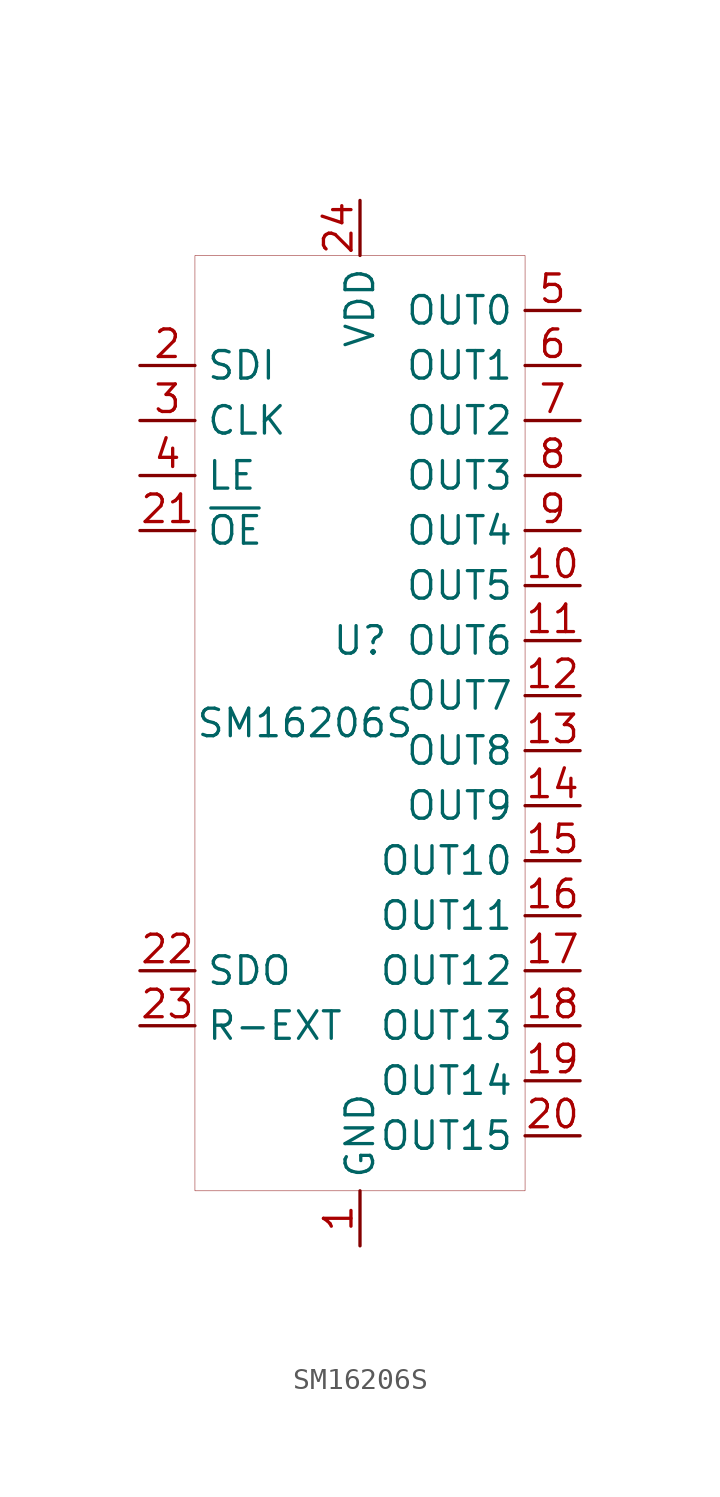
<source format=kicad_sym>
(kicad_symbol_lib
  (version 20201005)
  (generator kicad_symbol_editor)
  (symbol "JBC_SunMoonMicro:SM16206S"
    (property "Reference" "U"
      (at 0 3.81 0)
      (effects (font (size 1.27 1.27))))
    (property "Value" "SM16206S"
      (at -2.54 0 0)
      (effects (font (size 1.27 1.27))))
    (symbol "SM16206S_0_1"
      (rectangle (start -7.62 21.59) (end 7.62 -21.59) (stroke (width 0.001)) (fill (type none))))
    (symbol "SM16206S_1_1"
      (pin input line (at 0 -24.13 90) (length 2.54) (name "GND" (effects (font (size 1.27 1.27)))) (number "1" (effects (font (size 1.27 1.27)))))
      (pin input line (at -10.16 16.51 0) (length 2.54) (name "SDI" (effects (font (size 1.27 1.27)))) (number "2" (effects (font (size 1.27 1.27)))))
      (pin input line (at -10.16 13.97 0) (length 2.54) (name "CLK" (effects (font (size 1.27 1.27)))) (number "3" (effects (font (size 1.27 1.27)))))
      (pin input line (at -10.16 11.43 0) (length 2.54) (name "LE" (effects (font (size 1.27 1.27)))) (number "4" (effects (font (size 1.27 1.27)))))
      (pin output line (at 10.16 19.05 180) (length 2.54) (name "OUT0" (effects (font (size 1.27 1.27)))) (number "5" (effects (font (size 1.27 1.27)))))
      (pin output line (at 10.16 16.51 180) (length 2.54) (name "OUT1" (effects (font (size 1.27 1.27)))) (number "6" (effects (font (size 1.27 1.27)))))
      (pin output line (at 10.16 13.97 180) (length 2.54) (name "OUT2" (effects (font (size 1.27 1.27)))) (number "7" (effects (font (size 1.27 1.27)))))
      (pin output line (at 10.16 11.43 180) (length 2.54) (name "OUT3" (effects (font (size 1.27 1.27)))) (number "8" (effects (font (size 1.27 1.27)))))
      (pin output line (at 10.16 8.89 180) (length 2.54) (name "OUT4" (effects (font (size 1.27 1.27)))) (number "9" (effects (font (size 1.27 1.27)))))
      (pin output line (at 10.16 3.81 180) (length 2.54) (name "OUT6" (effects (font (size 1.27 1.27)))) (number "11" (effects (font (size 1.27 1.27)))))
      (pin output line (at 10.16 6.35 180) (length 2.54) (name "OUT5" (effects (font (size 1.27 1.27)))) (number "10" (effects (font (size 1.27 1.27)))))
      (pin output line (at 10.16 1.27 180) (length 2.54) (name "OUT7" (effects (font (size 1.27 1.27)))) (number "12" (effects (font (size 1.27 1.27)))))
      (pin output line (at 10.16 -1.27 180) (length 2.54) (name "OUT8" (effects (font (size 1.27 1.27)))) (number "13" (effects (font (size 1.27 1.27)))))
      (pin output line (at 10.16 -3.81 180) (length 2.54) (name "OUT9" (effects (font (size 1.27 1.27)))) (number "14" (effects (font (size 1.27 1.27)))))
      (pin output line (at 10.16 -6.35 180) (length 2.54) (name "OUT10" (effects (font (size 1.27 1.27)))) (number "15" (effects (font (size 1.27 1.27)))))
      (pin output line (at 10.16 -8.89 180) (length 2.54) (name "OUT11" (effects (font (size 1.27 1.27)))) (number "16" (effects (font (size 1.27 1.27)))))
      (pin output line (at 10.16 -11.43 180) (length 2.54) (name "OUT12" (effects (font (size 1.27 1.27)))) (number "17" (effects (font (size 1.27 1.27)))))
      (pin output line (at 10.16 -13.97 180) (length 2.54) (name "OUT13" (effects (font (size 1.27 1.27)))) (number "18" (effects (font (size 1.27 1.27)))))
      (pin output line (at 10.16 -16.51 180) (length 2.54) (name "OUT14" (effects (font (size 1.27 1.27)))) (number "19" (effects (font (size 1.27 1.27)))))
      (pin output line (at 10.16 -19.05 180) (length 2.54) (name "OUT15" (effects (font (size 1.27 1.27)))) (number "20" (effects (font (size 1.27 1.27)))))
      (pin input line (at -10.16 8.89 0) (length 2.54) (name "~OE" (effects (font (size 1.27 1.27)))) (number "21" (effects (font (size 1.27 1.27)))))
      (pin output line (at -10.16 -11.43 0) (length 2.54) (name "SDO" (effects (font (size 1.27 1.27)))) (number "22" (effects (font (size 1.27 1.27)))))
      (pin input line (at -10.16 -13.97 0) (length 2.54) (name "R-EXT" (effects (font (size 1.27 1.27)))) (number "23" (effects (font (size 1.27 1.27)))))
      (pin input line (at 0 24.13 270) (length 2.54) (name "VDD" (effects (font (size 1.27 1.27)))) (number "24" (effects (font (size 1.27 1.27))))))))
</source>
